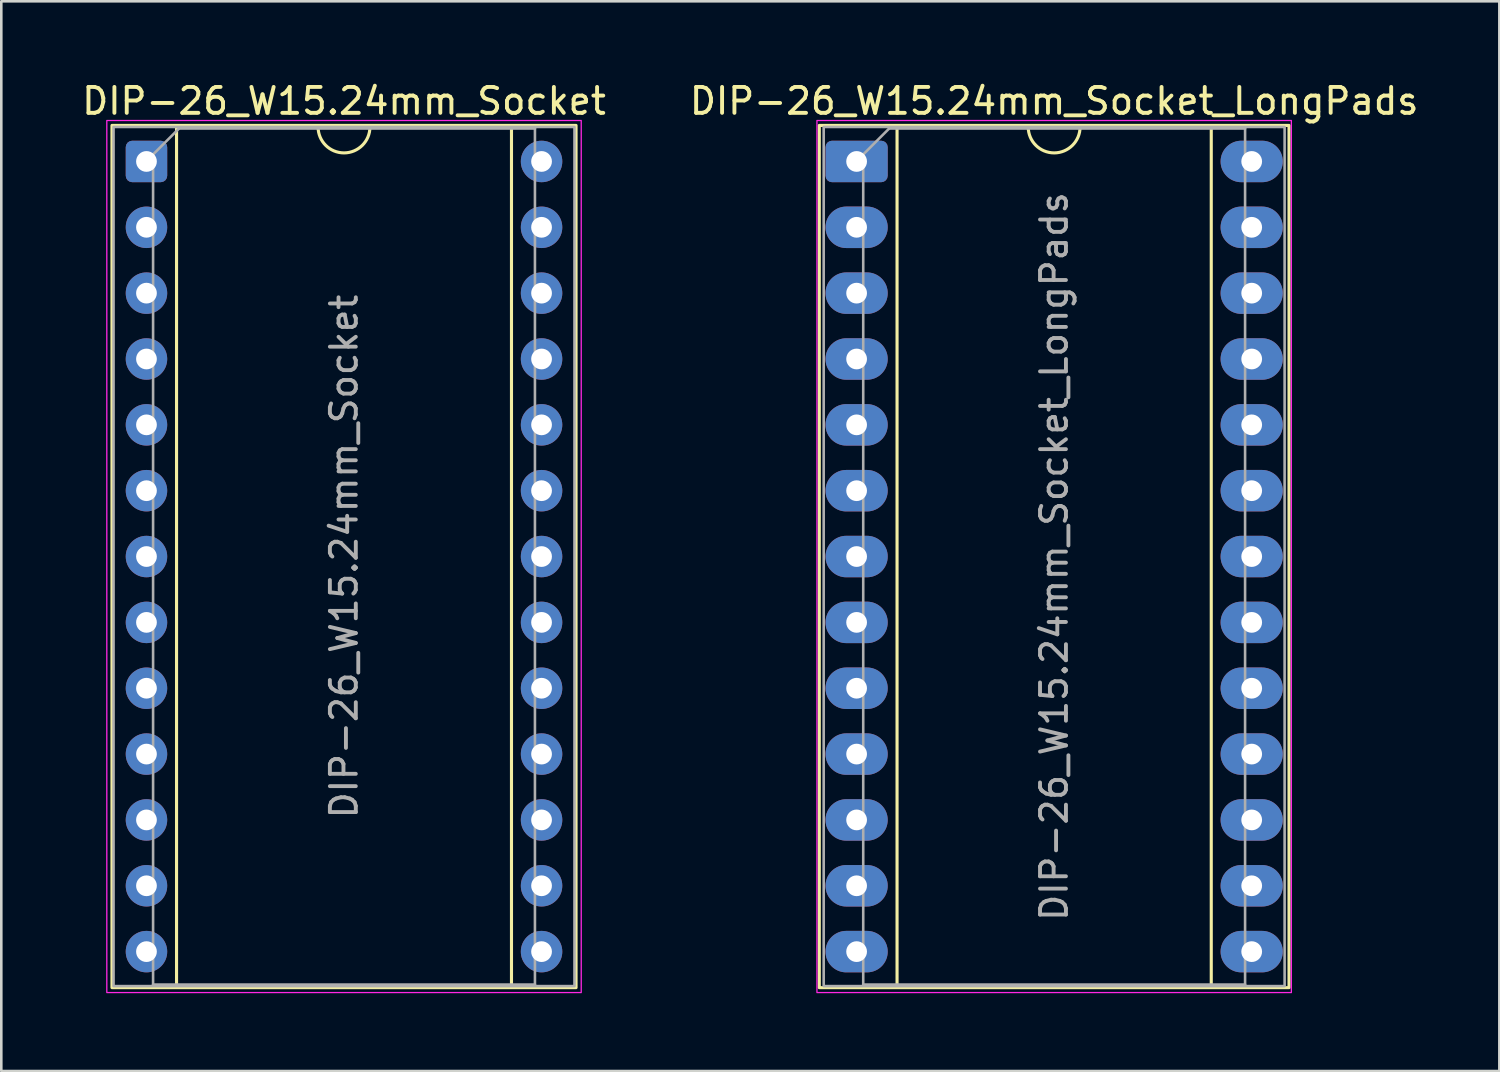
<source format=kicad_pcb>
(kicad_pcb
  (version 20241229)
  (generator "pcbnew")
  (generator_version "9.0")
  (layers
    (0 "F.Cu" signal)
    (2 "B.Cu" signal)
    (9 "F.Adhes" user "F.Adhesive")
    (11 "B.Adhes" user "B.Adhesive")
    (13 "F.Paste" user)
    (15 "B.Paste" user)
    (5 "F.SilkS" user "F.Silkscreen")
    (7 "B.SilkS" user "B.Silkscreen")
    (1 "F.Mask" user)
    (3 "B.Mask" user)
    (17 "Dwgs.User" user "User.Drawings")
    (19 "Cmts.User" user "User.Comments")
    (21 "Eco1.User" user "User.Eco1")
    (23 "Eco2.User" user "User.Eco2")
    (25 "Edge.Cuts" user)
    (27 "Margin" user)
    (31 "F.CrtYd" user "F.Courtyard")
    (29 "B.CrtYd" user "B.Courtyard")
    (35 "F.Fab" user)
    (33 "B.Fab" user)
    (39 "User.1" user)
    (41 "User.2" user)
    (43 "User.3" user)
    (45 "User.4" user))
  (footprint "DIP-26_W15.24mm_Socket"
    (layer "F.Cu")
    (at 2.6 3.178)
    (property "Reference" "DIP-26_W15.24mm_Socket" (at 7.62 -2.33 0) (layer "F.SilkS") (effects (font (size 1 1) (thickness 0.15))))
    (attr through_hole)
    (fp_line (start 1.16 -1.33) (end 1.16 31.81) (stroke (width 0.12) (type solid)) (layer "F.SilkS"))
    (fp_line (start 1.16 31.81) (end 14.08 31.81) (stroke (width 0.12) (type solid)) (layer "F.SilkS"))
    (fp_line (start 6.62 -1.33) (end 1.16 -1.33) (stroke (width 0.12) (type solid)) (layer "F.SilkS"))
    (fp_line (start 14.08 -1.33) (end 8.62 -1.33) (stroke (width 0.12) (type solid)) (layer "F.SilkS"))
    (fp_line (start 14.08 31.81) (end 14.08 -1.33) (stroke (width 0.12) (type solid)) (layer "F.SilkS"))
    (fp_rect (start -1.33 -1.39) (end 16.57 31.87) (stroke (width 0.12) (type solid)) (fill no) (layer "F.SilkS"))
    (fp_arc (start 8.62 -1.33) (mid 7.62 -0.33) (end 6.62 -1.33) (stroke (width 0.12) (type solid)) (layer "F.SilkS"))
    (fp_rect (start -1.53 -1.58) (end 16.77 32.06) (stroke (width 0.05) (type solid)) (fill no) (layer "F.CrtYd"))
    (fp_line (start 0.255 -0.27) (end 1.255 -1.27) (stroke (width 0.1) (type solid)) (layer "F.Fab"))
    (fp_line (start 0.255 31.75) (end 0.255 -0.27) (stroke (width 0.1) (type solid)) (layer "F.Fab"))
    (fp_line (start 1.255 -1.27) (end 14.985 -1.27) (stroke (width 0.1) (type solid)) (layer "F.Fab"))
    (fp_line (start 14.985 -1.27) (end 14.985 31.75) (stroke (width 0.1) (type solid)) (layer "F.Fab"))
    (fp_line (start 14.985 31.75) (end 0.255 31.75) (stroke (width 0.1) (type solid)) (layer "F.Fab"))
    (fp_rect (start -1.27 -1.33) (end 16.51 31.81) (stroke (width 0.1) (type solid)) (fill no) (layer "F.Fab"))
    (fp_text user "${REFERENCE}" (at 7.62 15.24 90) (layer "F.Fab") (effects (font (size 1 1) (thickness 0.15))))
    (pad "1" thru_hole roundrect (at 0 0) (size 1.6 1.6) (drill 0.8) (layers "*.Cu" "*.Mask") (roundrect_rratio 0.156))
    (pad "2" thru_hole circle (at 0 2.54) (size 1.6 1.6) (drill 0.8) (layers "*.Cu" "*.Mask"))
    (pad "3" thru_hole circle (at 0 5.08) (size 1.6 1.6) (drill 0.8) (layers "*.Cu" "*.Mask"))
    (pad "4" thru_hole circle (at 0 7.62) (size 1.6 1.6) (drill 0.8) (layers "*.Cu" "*.Mask"))
    (pad "5" thru_hole circle (at 0 10.16) (size 1.6 1.6) (drill 0.8) (layers "*.Cu" "*.Mask"))
    (pad "6" thru_hole circle (at 0 12.7) (size 1.6 1.6) (drill 0.8) (layers "*.Cu" "*.Mask"))
    (pad "7" thru_hole circle (at 0 15.24) (size 1.6 1.6) (drill 0.8) (layers "*.Cu" "*.Mask"))
    (pad "8" thru_hole circle (at 0 17.78) (size 1.6 1.6) (drill 0.8) (layers "*.Cu" "*.Mask"))
    (pad "9" thru_hole circle (at 0 20.32) (size 1.6 1.6) (drill 0.8) (layers "*.Cu" "*.Mask"))
    (pad "10" thru_hole circle (at 0 22.86) (size 1.6 1.6) (drill 0.8) (layers "*.Cu" "*.Mask"))
    (pad "11" thru_hole circle (at 0 25.4) (size 1.6 1.6) (drill 0.8) (layers "*.Cu" "*.Mask"))
    (pad "12" thru_hole circle (at 0 27.94) (size 1.6 1.6) (drill 0.8) (layers "*.Cu" "*.Mask"))
    (pad "13" thru_hole circle (at 0 30.48) (size 1.6 1.6) (drill 0.8) (layers "*.Cu" "*.Mask"))
    (pad "14" thru_hole circle (at 15.24 30.48) (size 1.6 1.6) (drill 0.8) (layers "*.Cu" "*.Mask"))
    (pad "15" thru_hole circle (at 15.24 27.94) (size 1.6 1.6) (drill 0.8) (layers "*.Cu" "*.Mask"))
    (pad "16" thru_hole circle (at 15.24 25.4) (size 1.6 1.6) (drill 0.8) (layers "*.Cu" "*.Mask"))
    (pad "17" thru_hole circle (at 15.24 22.86) (size 1.6 1.6) (drill 0.8) (layers "*.Cu" "*.Mask"))
    (pad "18" thru_hole circle (at 15.24 20.32) (size 1.6 1.6) (drill 0.8) (layers "*.Cu" "*.Mask"))
    (pad "19" thru_hole circle (at 15.24 17.78) (size 1.6 1.6) (drill 0.8) (layers "*.Cu" "*.Mask"))
    (pad "20" thru_hole circle (at 15.24 15.24) (size 1.6 1.6) (drill 0.8) (layers "*.Cu" "*.Mask"))
    (pad "21" thru_hole circle (at 15.24 12.7) (size 1.6 1.6) (drill 0.8) (layers "*.Cu" "*.Mask"))
    (pad "22" thru_hole circle (at 15.24 10.16) (size 1.6 1.6) (drill 0.8) (layers "*.Cu" "*.Mask"))
    (pad "23" thru_hole circle (at 15.24 7.62) (size 1.6 1.6) (drill 0.8) (layers "*.Cu" "*.Mask"))
    (pad "24" thru_hole circle (at 15.24 5.08) (size 1.6 1.6) (drill 0.8) (layers "*.Cu" "*.Mask"))
    (pad "25" thru_hole circle (at 15.24 2.54) (size 1.6 1.6) (drill 0.8) (layers "*.Cu" "*.Mask"))
    (pad "26" thru_hole circle (at 15.24 0) (size 1.6 1.6) (drill 0.8) (layers "*.Cu" "*.Mask")))
  (footprint "DIP-26_W15.24mm_Socket_LongPads"
    (layer "F.Cu")
    (at 29.993 3.178)
    (property "Reference" "DIP-26_W15.24mm_Socket_LongPads" (at 7.62 -2.33 0) (layer "F.SilkS") (effects (font (size 1 1) (thickness 0.15))))
    (attr through_hole)
    (fp_line (start 1.56 -1.33) (end 1.56 31.81) (stroke (width 0.12) (type solid)) (layer "F.SilkS"))
    (fp_line (start 1.56 31.81) (end 13.68 31.81) (stroke (width 0.12) (type solid)) (layer "F.SilkS"))
    (fp_line (start 6.62 -1.33) (end 1.56 -1.33) (stroke (width 0.12) (type solid)) (layer "F.SilkS"))
    (fp_line (start 13.68 -1.33) (end 8.62 -1.33) (stroke (width 0.12) (type solid)) (layer "F.SilkS"))
    (fp_line (start 13.68 31.81) (end 13.68 -1.33) (stroke (width 0.12) (type solid)) (layer "F.SilkS"))
    (fp_rect (start -1.44 -1.39) (end 16.68 31.87) (stroke (width 0.12) (type solid)) (fill no) (layer "F.SilkS"))
    (fp_arc (start 8.62 -1.33) (mid 7.62 -0.33) (end 6.62 -1.33) (stroke (width 0.12) (type solid)) (layer "F.SilkS"))
    (fp_rect (start -1.53 -1.58) (end 16.77 32.06) (stroke (width 0.05) (type solid)) (fill no) (layer "F.CrtYd"))
    (fp_line (start 0.255 -0.27) (end 1.255 -1.27) (stroke (width 0.1) (type solid)) (layer "F.Fab"))
    (fp_line (start 0.255 31.75) (end 0.255 -0.27) (stroke (width 0.1) (type solid)) (layer "F.Fab"))
    (fp_line (start 1.255 -1.27) (end 14.985 -1.27) (stroke (width 0.1) (type solid)) (layer "F.Fab"))
    (fp_line (start 14.985 -1.27) (end 14.985 31.75) (stroke (width 0.1) (type solid)) (layer "F.Fab"))
    (fp_line (start 14.985 31.75) (end 0.255 31.75) (stroke (width 0.1) (type solid)) (layer "F.Fab"))
    (fp_rect (start -1.27 -1.33) (end 16.51 31.81) (stroke (width 0.1) (type solid)) (fill no) (layer "F.Fab"))
    (fp_text user "${REFERENCE}" (at 7.62 15.24 90) (layer "F.Fab") (effects (font (size 1 1) (thickness 0.15))))
    (pad "1" thru_hole roundrect (at 0 0) (size 2.4 1.6) (drill 0.8) (layers "*.Cu" "*.Mask") (roundrect_rratio 0.156))
    (pad "2" thru_hole oval (at 0 2.54) (size 2.4 1.6) (drill 0.8) (layers "*.Cu" "*.Mask"))
    (pad "3" thru_hole oval (at 0 5.08) (size 2.4 1.6) (drill 0.8) (layers "*.Cu" "*.Mask"))
    (pad "4" thru_hole oval (at 0 7.62) (size 2.4 1.6) (drill 0.8) (layers "*.Cu" "*.Mask"))
    (pad "5" thru_hole oval (at 0 10.16) (size 2.4 1.6) (drill 0.8) (layers "*.Cu" "*.Mask"))
    (pad "6" thru_hole oval (at 0 12.7) (size 2.4 1.6) (drill 0.8) (layers "*.Cu" "*.Mask"))
    (pad "7" thru_hole oval (at 0 15.24) (size 2.4 1.6) (drill 0.8) (layers "*.Cu" "*.Mask"))
    (pad "8" thru_hole oval (at 0 17.78) (size 2.4 1.6) (drill 0.8) (layers "*.Cu" "*.Mask"))
    (pad "9" thru_hole oval (at 0 20.32) (size 2.4 1.6) (drill 0.8) (layers "*.Cu" "*.Mask"))
    (pad "10" thru_hole oval (at 0 22.86) (size 2.4 1.6) (drill 0.8) (layers "*.Cu" "*.Mask"))
    (pad "11" thru_hole oval (at 0 25.4) (size 2.4 1.6) (drill 0.8) (layers "*.Cu" "*.Mask"))
    (pad "12" thru_hole oval (at 0 27.94) (size 2.4 1.6) (drill 0.8) (layers "*.Cu" "*.Mask"))
    (pad "13" thru_hole oval (at 0 30.48) (size 2.4 1.6) (drill 0.8) (layers "*.Cu" "*.Mask"))
    (pad "14" thru_hole oval (at 15.24 30.48) (size 2.4 1.6) (drill 0.8) (layers "*.Cu" "*.Mask"))
    (pad "15" thru_hole oval (at 15.24 27.94) (size 2.4 1.6) (drill 0.8) (layers "*.Cu" "*.Mask"))
    (pad "16" thru_hole oval (at 15.24 25.4) (size 2.4 1.6) (drill 0.8) (layers "*.Cu" "*.Mask"))
    (pad "17" thru_hole oval (at 15.24 22.86) (size 2.4 1.6) (drill 0.8) (layers "*.Cu" "*.Mask"))
    (pad "18" thru_hole oval (at 15.24 20.32) (size 2.4 1.6) (drill 0.8) (layers "*.Cu" "*.Mask"))
    (pad "19" thru_hole oval (at 15.24 17.78) (size 2.4 1.6) (drill 0.8) (layers "*.Cu" "*.Mask"))
    (pad "20" thru_hole oval (at 15.24 15.24) (size 2.4 1.6) (drill 0.8) (layers "*.Cu" "*.Mask"))
    (pad "21" thru_hole oval (at 15.24 12.7) (size 2.4 1.6) (drill 0.8) (layers "*.Cu" "*.Mask"))
    (pad "22" thru_hole oval (at 15.24 10.16) (size 2.4 1.6) (drill 0.8) (layers "*.Cu" "*.Mask"))
    (pad "23" thru_hole oval (at 15.24 7.62) (size 2.4 1.6) (drill 0.8) (layers "*.Cu" "*.Mask"))
    (pad "24" thru_hole oval (at 15.24 5.08) (size 2.4 1.6) (drill 0.8) (layers "*.Cu" "*.Mask"))
    (pad "25" thru_hole oval (at 15.24 2.54) (size 2.4 1.6) (drill 0.8) (layers "*.Cu" "*.Mask"))
    (pad "26" thru_hole oval (at 15.24 0) (size 2.4 1.6) (drill 0.8) (layers "*.Cu" "*.Mask")))
  (gr_rect
    (start -3 -3)
    (end 54.786 38.263)
    (stroke (width 0.1) (type default))
    (fill no)
    (layer "Edge.Cuts")))
</source>
